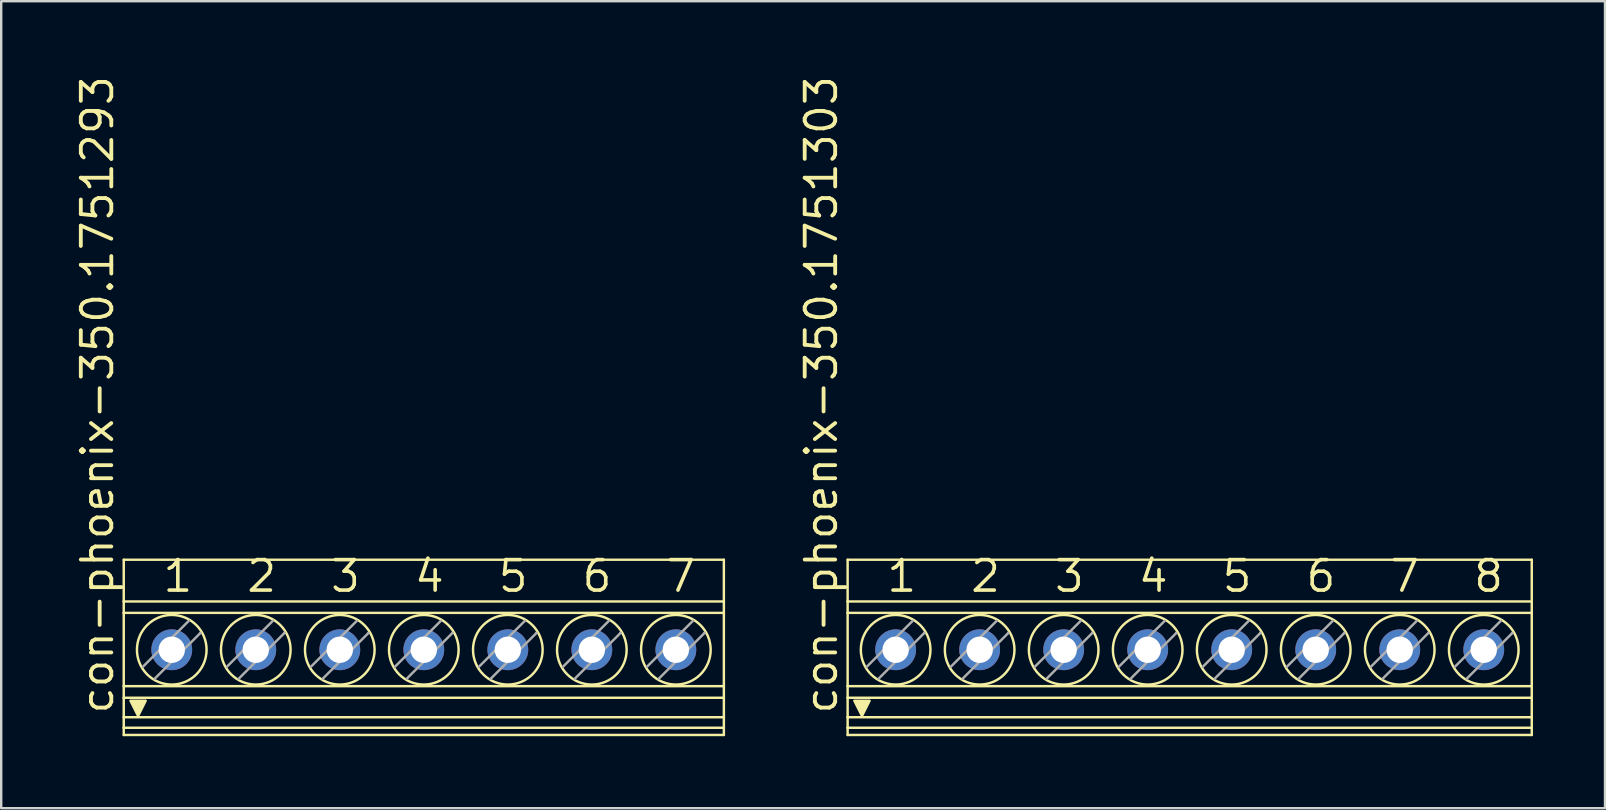
<source format=kicad_pcb>
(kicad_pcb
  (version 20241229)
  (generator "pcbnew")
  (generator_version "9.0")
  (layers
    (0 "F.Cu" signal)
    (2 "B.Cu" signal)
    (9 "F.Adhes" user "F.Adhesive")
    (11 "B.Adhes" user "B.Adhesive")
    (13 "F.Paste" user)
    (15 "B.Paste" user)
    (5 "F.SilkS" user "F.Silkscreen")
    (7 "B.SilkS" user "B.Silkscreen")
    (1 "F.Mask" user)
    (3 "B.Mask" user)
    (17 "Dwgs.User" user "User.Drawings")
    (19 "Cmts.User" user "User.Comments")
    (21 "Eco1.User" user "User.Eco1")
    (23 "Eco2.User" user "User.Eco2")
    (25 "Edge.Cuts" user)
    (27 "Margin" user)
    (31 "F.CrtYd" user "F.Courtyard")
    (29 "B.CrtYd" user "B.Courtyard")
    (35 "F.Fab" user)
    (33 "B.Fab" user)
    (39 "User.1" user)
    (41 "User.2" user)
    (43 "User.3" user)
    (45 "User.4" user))
  (footprint "con-phoenix-350.1751303"
    (layer "F.Cu")
    (at 46.511 23.918)
    (property "Reference" "con-phoenix-350.1751303" (at -14.605 2.857 90) (layer "F.SilkS") (effects (font (size 1.27 1.27) (thickness 0.16)) (justify left bottom)))
    (attr through_hole)
    (fp_line (start -14.25 -3.65) (end -14.25 -1.912) (stroke (width 0.102) (type default)) (layer "F.SilkS"))
    (fp_line (start -14.25 -3.65) (end 14.25 -3.65) (stroke (width 0.102) (type default)) (layer "F.SilkS"))
    (fp_line (start -14.25 -1.912) (end -14.25 -1.437) (stroke (width 0.102) (type default)) (layer "F.SilkS"))
    (fp_line (start -14.25 -1.912) (end 14.25 -1.912) (stroke (width 0.102) (type default)) (layer "F.SilkS"))
    (fp_line (start -14.25 1.616) (end -14.25 -1.437) (stroke (width 0.102) (type default)) (layer "F.SilkS"))
    (fp_line (start -14.25 1.616) (end -14.25 2.099) (stroke (width 0.102) (type default)) (layer "F.SilkS"))
    (fp_line (start -14.25 1.616) (end 14.25 1.616) (stroke (width 0.102) (type default)) (layer "F.SilkS"))
    (fp_line (start -14.25 2.099) (end -14.25 2.911) (stroke (width 0.102) (type default)) (layer "F.SilkS"))
    (fp_line (start -14.25 2.911) (end -14.25 3.35) (stroke (width 0.102) (type default)) (layer "F.SilkS"))
    (fp_line (start -14.25 3.35) (end -14.25 3.65) (stroke (width 0.102) (type default)) (layer "F.SilkS"))
    (fp_line (start -14.25 3.35) (end 14.25 3.35) (stroke (width 0.102) (type default)) (layer "F.SilkS"))
    (fp_line (start -14.25 3.65) (end 14.25 3.65) (stroke (width 0.102) (type default)) (layer "F.SilkS"))
    (fp_line (start -11.044 -0.611) (end -11.05 -0.605) (stroke (width 0.102) (type default)) (layer "F.SilkS"))
    (fp_line (start -7.544 -0.611) (end -7.55 -0.605) (stroke (width 0.102) (type default)) (layer "F.SilkS"))
    (fp_line (start -4.044 -0.611) (end -4.05 -0.605) (stroke (width 0.102) (type default)) (layer "F.SilkS"))
    (fp_line (start -0.544 -0.611) (end -0.55 -0.605) (stroke (width 0.102) (type default)) (layer "F.SilkS"))
    (fp_line (start 2.956 -0.611) (end 2.95 -0.605) (stroke (width 0.102) (type default)) (layer "F.SilkS"))
    (fp_line (start 6.456 -0.611) (end 6.45 -0.605) (stroke (width 0.102) (type default)) (layer "F.SilkS"))
    (fp_line (start 9.956 -0.611) (end 9.95 -0.605) (stroke (width 0.102) (type default)) (layer "F.SilkS"))
    (fp_line (start 13.456 -0.611) (end 13.45 -0.605) (stroke (width 0.102) (type default)) (layer "F.SilkS"))
    (fp_line (start 14.25 -3.65) (end 14.25 -1.912) (stroke (width 0.102) (type default)) (layer "F.SilkS"))
    (fp_line (start 14.25 -1.437) (end -14.25 -1.437) (stroke (width 0.102) (type default)) (layer "F.SilkS"))
    (fp_line (start 14.25 -1.437) (end 14.25 -1.912) (stroke (width 0.102) (type default)) (layer "F.SilkS"))
    (fp_line (start 14.25 1.616) (end 14.25 -1.437) (stroke (width 0.102) (type default)) (layer "F.SilkS"))
    (fp_line (start 14.25 1.616) (end 14.25 2.099) (stroke (width 0.102) (type default)) (layer "F.SilkS"))
    (fp_line (start 14.25 2.099) (end -14.25 2.099) (stroke (width 0.102) (type default)) (layer "F.SilkS"))
    (fp_line (start 14.25 2.099) (end 14.25 2.911) (stroke (width 0.102) (type default)) (layer "F.SilkS"))
    (fp_line (start 14.25 2.911) (end -14.25 2.911) (stroke (width 0.102) (type default)) (layer "F.SilkS"))
    (fp_line (start 14.25 2.911) (end 14.25 3.35) (stroke (width 0.102) (type default)) (layer "F.SilkS"))
    (fp_line (start 14.25 3.35) (end 14.25 3.65) (stroke (width 0.102) (type default)) (layer "F.SilkS"))
    (fp_circle (center -12.25 0.1) (end -10.8 0.1) (stroke (width 0.102) (type default)) (fill no) (layer "F.SilkS"))
    (fp_circle (center -8.75 0.1) (end -7.3 0.1) (stroke (width 0.102) (type default)) (fill no) (layer "F.SilkS"))
    (fp_circle (center -5.25 0.1) (end -3.8 0.1) (stroke (width 0.102) (type default)) (fill no) (layer "F.SilkS"))
    (fp_circle (center -1.75 0.1) (end -0.3 0.1) (stroke (width 0.102) (type default)) (fill no) (layer "F.SilkS"))
    (fp_circle (center 1.75 0.1) (end 3.2 0.1) (stroke (width 0.102) (type default)) (fill no) (layer "F.SilkS"))
    (fp_circle (center 5.25 0.1) (end 6.7 0.1) (stroke (width 0.102) (type default)) (fill no) (layer "F.SilkS"))
    (fp_circle (center 8.75 0.1) (end 10.2 0.1) (stroke (width 0.102) (type default)) (fill no) (layer "F.SilkS"))
    (fp_circle (center 12.25 0.1) (end 13.7 0.1) (stroke (width 0.102) (type default)) (fill no) (layer "F.SilkS"))
    (fp_poly (pts (xy -13.652 2.857) (xy -13.97 2.223) (xy -13.335 2.223)) (stroke (width 0.102) (type default)) (fill yes) (layer "F.SilkS"))
    (fp_line (start -13.456 0.811) (end -11.539 -1.106) (stroke (width 0.102) (type default)) (layer "F.Fab"))
    (fp_line (start -11.05 -0.605) (end -12.961 1.306) (stroke (width 0.102) (type default)) (layer "F.Fab"))
    (fp_line (start -9.956 0.811) (end -8.039 -1.106) (stroke (width 0.102) (type default)) (layer "F.Fab"))
    (fp_line (start -7.55 -0.605) (end -9.461 1.306) (stroke (width 0.102) (type default)) (layer "F.Fab"))
    (fp_line (start -6.456 0.811) (end -4.539 -1.106) (stroke (width 0.102) (type default)) (layer "F.Fab"))
    (fp_line (start -4.05 -0.605) (end -5.961 1.306) (stroke (width 0.102) (type default)) (layer "F.Fab"))
    (fp_line (start -2.956 0.811) (end -1.039 -1.106) (stroke (width 0.102) (type default)) (layer "F.Fab"))
    (fp_line (start -0.55 -0.605) (end -2.461 1.306) (stroke (width 0.102) (type default)) (layer "F.Fab"))
    (fp_line (start 0.544 0.811) (end 2.461 -1.106) (stroke (width 0.102) (type default)) (layer "F.Fab"))
    (fp_line (start 2.95 -0.605) (end 1.039 1.306) (stroke (width 0.102) (type default)) (layer "F.Fab"))
    (fp_line (start 4.044 0.811) (end 5.961 -1.106) (stroke (width 0.102) (type default)) (layer "F.Fab"))
    (fp_line (start 6.45 -0.605) (end 4.539 1.306) (stroke (width 0.102) (type default)) (layer "F.Fab"))
    (fp_line (start 7.544 0.811) (end 9.461 -1.106) (stroke (width 0.102) (type default)) (layer "F.Fab"))
    (fp_line (start 9.95 -0.605) (end 8.039 1.306) (stroke (width 0.102) (type default)) (layer "F.Fab"))
    (fp_line (start 11.044 0.811) (end 12.961 -1.106) (stroke (width 0.102) (type default)) (layer "F.Fab"))
    (fp_line (start 13.45 -0.605) (end 11.539 1.306) (stroke (width 0.102) (type default)) (layer "F.Fab"))
    (fp_text user "7" (at 8.255 -2.223 0) (layer "F.SilkS") (effects (font (size 1.27 1.27) (thickness 0.15)) (justify left bottom)))
    (fp_text user "3" (at -5.715 -2.223 0) (layer "F.SilkS") (effects (font (size 1.27 1.27) (thickness 0.15)) (justify left bottom)))
    (fp_text user "2" (at -9.207 -2.223 0) (layer "F.SilkS") (effects (font (size 1.27 1.27) (thickness 0.15)) (justify left bottom)))
    (fp_text user "6" (at 4.763 -2.223 0) (layer "F.SilkS") (effects (font (size 1.27 1.27) (thickness 0.15)) (justify left bottom)))
    (fp_text user "5" (at 1.27 -2.223 0) (layer "F.SilkS") (effects (font (size 1.27 1.27) (thickness 0.15)) (justify left bottom)))
    (fp_text user "1" (at -12.7 -2.223 0) (layer "F.SilkS") (effects (font (size 1.27 1.27) (thickness 0.15)) (justify left bottom)))
    (fp_text user "8" (at 11.748 -2.223 0) (layer "F.SilkS") (effects (font (size 1.27 1.27) (thickness 0.15)) (justify left bottom)))
    (fp_text user "4" (at -2.223 -2.223 0) (layer "F.SilkS") (effects (font (size 1.27 1.27) (thickness 0.15)) (justify left bottom)))
    (pad "1" thru_hole circle (at -12.25 0.1 90) (size 1.7 1.7) (drill 1.1) (layers "*.Cu" "*.Mask"))
    (pad "2" thru_hole circle (at -8.75 0.1 90) (size 1.7 1.7) (drill 1.1) (layers "*.Cu" "*.Mask"))
    (pad "3" thru_hole circle (at -5.25 0.1 90) (size 1.7 1.7) (drill 1.1) (layers "*.Cu" "*.Mask"))
    (pad "4" thru_hole circle (at -1.75 0.1 90) (size 1.7 1.7) (drill 1.1) (layers "*.Cu" "*.Mask"))
    (pad "5" thru_hole circle (at 1.75 0.1 90) (size 1.7 1.7) (drill 1.1) (layers "*.Cu" "*.Mask"))
    (pad "6" thru_hole circle (at 5.25 0.1 90) (size 1.7 1.7) (drill 1.1) (layers "*.Cu" "*.Mask"))
    (pad "7" thru_hole circle (at 8.75 0.1 90) (size 1.7 1.7) (drill 1.1) (layers "*.Cu" "*.Mask"))
    (pad "8" thru_hole circle (at 12.25 0.1 90) (size 1.7 1.7) (drill 1.1) (layers "*.Cu" "*.Mask")))
  (footprint "con-phoenix-350.1751293"
    (layer "F.Cu")
    (at 14.605 23.918)
    (property "Reference" "con-phoenix-350.1751293" (at -12.855 2.857 90) (layer "F.SilkS") (effects (font (size 1.27 1.27) (thickness 0.16)) (justify left bottom)))
    (attr through_hole)
    (fp_line (start -12.5 -3.65) (end -12.5 -1.912) (stroke (width 0.102) (type default)) (layer "F.SilkS"))
    (fp_line (start -12.5 -3.65) (end 12.5 -3.65) (stroke (width 0.102) (type default)) (layer "F.SilkS"))
    (fp_line (start -12.5 -1.912) (end -12.5 -1.437) (stroke (width 0.102) (type default)) (layer "F.SilkS"))
    (fp_line (start -12.5 -1.912) (end 12.5 -1.912) (stroke (width 0.102) (type default)) (layer "F.SilkS"))
    (fp_line (start -12.5 1.616) (end -12.5 -1.437) (stroke (width 0.102) (type default)) (layer "F.SilkS"))
    (fp_line (start -12.5 1.616) (end -12.5 2.099) (stroke (width 0.102) (type default)) (layer "F.SilkS"))
    (fp_line (start -12.5 1.616) (end 12.5 1.616) (stroke (width 0.102) (type default)) (layer "F.SilkS"))
    (fp_line (start -12.5 2.099) (end -12.5 2.911) (stroke (width 0.102) (type default)) (layer "F.SilkS"))
    (fp_line (start -12.5 2.911) (end -12.5 3.35) (stroke (width 0.102) (type default)) (layer "F.SilkS"))
    (fp_line (start -12.5 3.35) (end -12.5 3.65) (stroke (width 0.102) (type default)) (layer "F.SilkS"))
    (fp_line (start -12.5 3.35) (end 12.5 3.35) (stroke (width 0.102) (type default)) (layer "F.SilkS"))
    (fp_line (start -12.5 3.65) (end 12.5 3.65) (stroke (width 0.102) (type default)) (layer "F.SilkS"))
    (fp_line (start -9.294 -0.611) (end -9.3 -0.605) (stroke (width 0.102) (type default)) (layer "F.SilkS"))
    (fp_line (start -5.794 -0.611) (end -5.8 -0.605) (stroke (width 0.102) (type default)) (layer "F.SilkS"))
    (fp_line (start -2.294 -0.611) (end -2.3 -0.605) (stroke (width 0.102) (type default)) (layer "F.SilkS"))
    (fp_line (start 1.206 -0.611) (end 1.2 -0.605) (stroke (width 0.102) (type default)) (layer "F.SilkS"))
    (fp_line (start 4.706 -0.611) (end 4.7 -0.605) (stroke (width 0.102) (type default)) (layer "F.SilkS"))
    (fp_line (start 8.206 -0.611) (end 8.2 -0.605) (stroke (width 0.102) (type default)) (layer "F.SilkS"))
    (fp_line (start 11.706 -0.611) (end 11.7 -0.605) (stroke (width 0.102) (type default)) (layer "F.SilkS"))
    (fp_line (start 12.5 -3.65) (end 12.5 -1.912) (stroke (width 0.102) (type default)) (layer "F.SilkS"))
    (fp_line (start 12.5 -1.437) (end -12.5 -1.437) (stroke (width 0.102) (type default)) (layer "F.SilkS"))
    (fp_line (start 12.5 -1.437) (end 12.5 -1.912) (stroke (width 0.102) (type default)) (layer "F.SilkS"))
    (fp_line (start 12.5 1.616) (end 12.5 -1.437) (stroke (width 0.102) (type default)) (layer "F.SilkS"))
    (fp_line (start 12.5 1.616) (end 12.5 2.099) (stroke (width 0.102) (type default)) (layer "F.SilkS"))
    (fp_line (start 12.5 2.099) (end -12.5 2.099) (stroke (width 0.102) (type default)) (layer "F.SilkS"))
    (fp_line (start 12.5 2.099) (end 12.5 2.911) (stroke (width 0.102) (type default)) (layer "F.SilkS"))
    (fp_line (start 12.5 2.911) (end -12.5 2.911) (stroke (width 0.102) (type default)) (layer "F.SilkS"))
    (fp_line (start 12.5 2.911) (end 12.5 3.35) (stroke (width 0.102) (type default)) (layer "F.SilkS"))
    (fp_line (start 12.5 3.35) (end 12.5 3.65) (stroke (width 0.102) (type default)) (layer "F.SilkS"))
    (fp_circle (center -10.5 0.1) (end -9.05 0.1) (stroke (width 0.102) (type default)) (fill no) (layer "F.SilkS"))
    (fp_circle (center -7 0.1) (end -5.55 0.1) (stroke (width 0.102) (type default)) (fill no) (layer "F.SilkS"))
    (fp_circle (center -3.5 0.1) (end -2.05 0.1) (stroke (width 0.102) (type default)) (fill no) (layer "F.SilkS"))
    (fp_circle (center 0 0.1) (end 1.45 0.1) (stroke (width 0.102) (type default)) (fill no) (layer "F.SilkS"))
    (fp_circle (center 3.5 0.1) (end 4.95 0.1) (stroke (width 0.102) (type default)) (fill no) (layer "F.SilkS"))
    (fp_circle (center 7 0.1) (end 8.45 0.1) (stroke (width 0.102) (type default)) (fill no) (layer "F.SilkS"))
    (fp_circle (center 10.5 0.1) (end 11.95 0.1) (stroke (width 0.102) (type default)) (fill no) (layer "F.SilkS"))
    (fp_poly (pts (xy -11.902 2.857) (xy -12.22 2.223) (xy -11.585 2.223)) (stroke (width 0.102) (type default)) (fill yes) (layer "F.SilkS"))
    (fp_line (start -11.706 0.811) (end -9.789 -1.106) (stroke (width 0.102) (type default)) (layer "F.Fab"))
    (fp_line (start -9.3 -0.605) (end -11.211 1.306) (stroke (width 0.102) (type default)) (layer "F.Fab"))
    (fp_line (start -8.206 0.811) (end -6.289 -1.106) (stroke (width 0.102) (type default)) (layer "F.Fab"))
    (fp_line (start -5.8 -0.605) (end -7.711 1.306) (stroke (width 0.102) (type default)) (layer "F.Fab"))
    (fp_line (start -4.706 0.811) (end -2.789 -1.106) (stroke (width 0.102) (type default)) (layer "F.Fab"))
    (fp_line (start -2.3 -0.605) (end -4.211 1.306) (stroke (width 0.102) (type default)) (layer "F.Fab"))
    (fp_line (start -1.206 0.811) (end 0.711 -1.106) (stroke (width 0.102) (type default)) (layer "F.Fab"))
    (fp_line (start 1.2 -0.605) (end -0.711 1.306) (stroke (width 0.102) (type default)) (layer "F.Fab"))
    (fp_line (start 2.294 0.811) (end 4.211 -1.106) (stroke (width 0.102) (type default)) (layer "F.Fab"))
    (fp_line (start 4.7 -0.605) (end 2.789 1.306) (stroke (width 0.102) (type default)) (layer "F.Fab"))
    (fp_line (start 5.794 0.811) (end 7.711 -1.106) (stroke (width 0.102) (type default)) (layer "F.Fab"))
    (fp_line (start 8.2 -0.605) (end 6.289 1.306) (stroke (width 0.102) (type default)) (layer "F.Fab"))
    (fp_line (start 9.294 0.811) (end 11.211 -1.106) (stroke (width 0.102) (type default)) (layer "F.Fab"))
    (fp_line (start 11.7 -0.605) (end 9.789 1.306) (stroke (width 0.102) (type default)) (layer "F.Fab"))
    (fp_text user "5" (at 3.02 -2.223 0) (layer "F.SilkS") (effects (font (size 1.27 1.27) (thickness 0.15)) (justify left bottom)))
    (fp_text user "6" (at 6.513 -2.223 0) (layer "F.SilkS") (effects (font (size 1.27 1.27) (thickness 0.15)) (justify left bottom)))
    (fp_text user "3" (at -3.965 -2.223 0) (layer "F.SilkS") (effects (font (size 1.27 1.27) (thickness 0.15)) (justify left bottom)))
    (fp_text user "7" (at 10.005 -2.223 0) (layer "F.SilkS") (effects (font (size 1.27 1.27) (thickness 0.15)) (justify left bottom)))
    (fp_text user "2" (at -7.457 -2.223 0) (layer "F.SilkS") (effects (font (size 1.27 1.27) (thickness 0.15)) (justify left bottom)))
    (fp_text user "4" (at -0.472 -2.223 0) (layer "F.SilkS") (effects (font (size 1.27 1.27) (thickness 0.15)) (justify left bottom)))
    (fp_text user "1" (at -10.95 -2.223 0) (layer "F.SilkS") (effects (font (size 1.27 1.27) (thickness 0.15)) (justify left bottom)))
    (pad "1" thru_hole circle (at -10.5 0.1 90) (size 1.7 1.7) (drill 1.1) (layers "*.Cu" "*.Mask"))
    (pad "2" thru_hole circle (at -7 0.1 90) (size 1.7 1.7) (drill 1.1) (layers "*.Cu" "*.Mask"))
    (pad "3" thru_hole circle (at -3.5 0.1 90) (size 1.7 1.7) (drill 1.1) (layers "*.Cu" "*.Mask"))
    (pad "4" thru_hole circle (at 0 0.1 90) (size 1.7 1.7) (drill 1.1) (layers "*.Cu" "*.Mask"))
    (pad "5" thru_hole circle (at 3.5 0.1 90) (size 1.7 1.7) (drill 1.1) (layers "*.Cu" "*.Mask"))
    (pad "6" thru_hole circle (at 7 0.1 90) (size 1.7 1.7) (drill 1.1) (layers "*.Cu" "*.Mask"))
    (pad "7" thru_hole circle (at 10.5 0.1 90) (size 1.7 1.7) (drill 1.1) (layers "*.Cu" "*.Mask")))
  (gr_rect
    (start -3 -3)
    (end 63.812 30.618)
    (stroke (width 0.1) (type default))
    (fill no)
    (layer "Edge.Cuts")))
</source>
